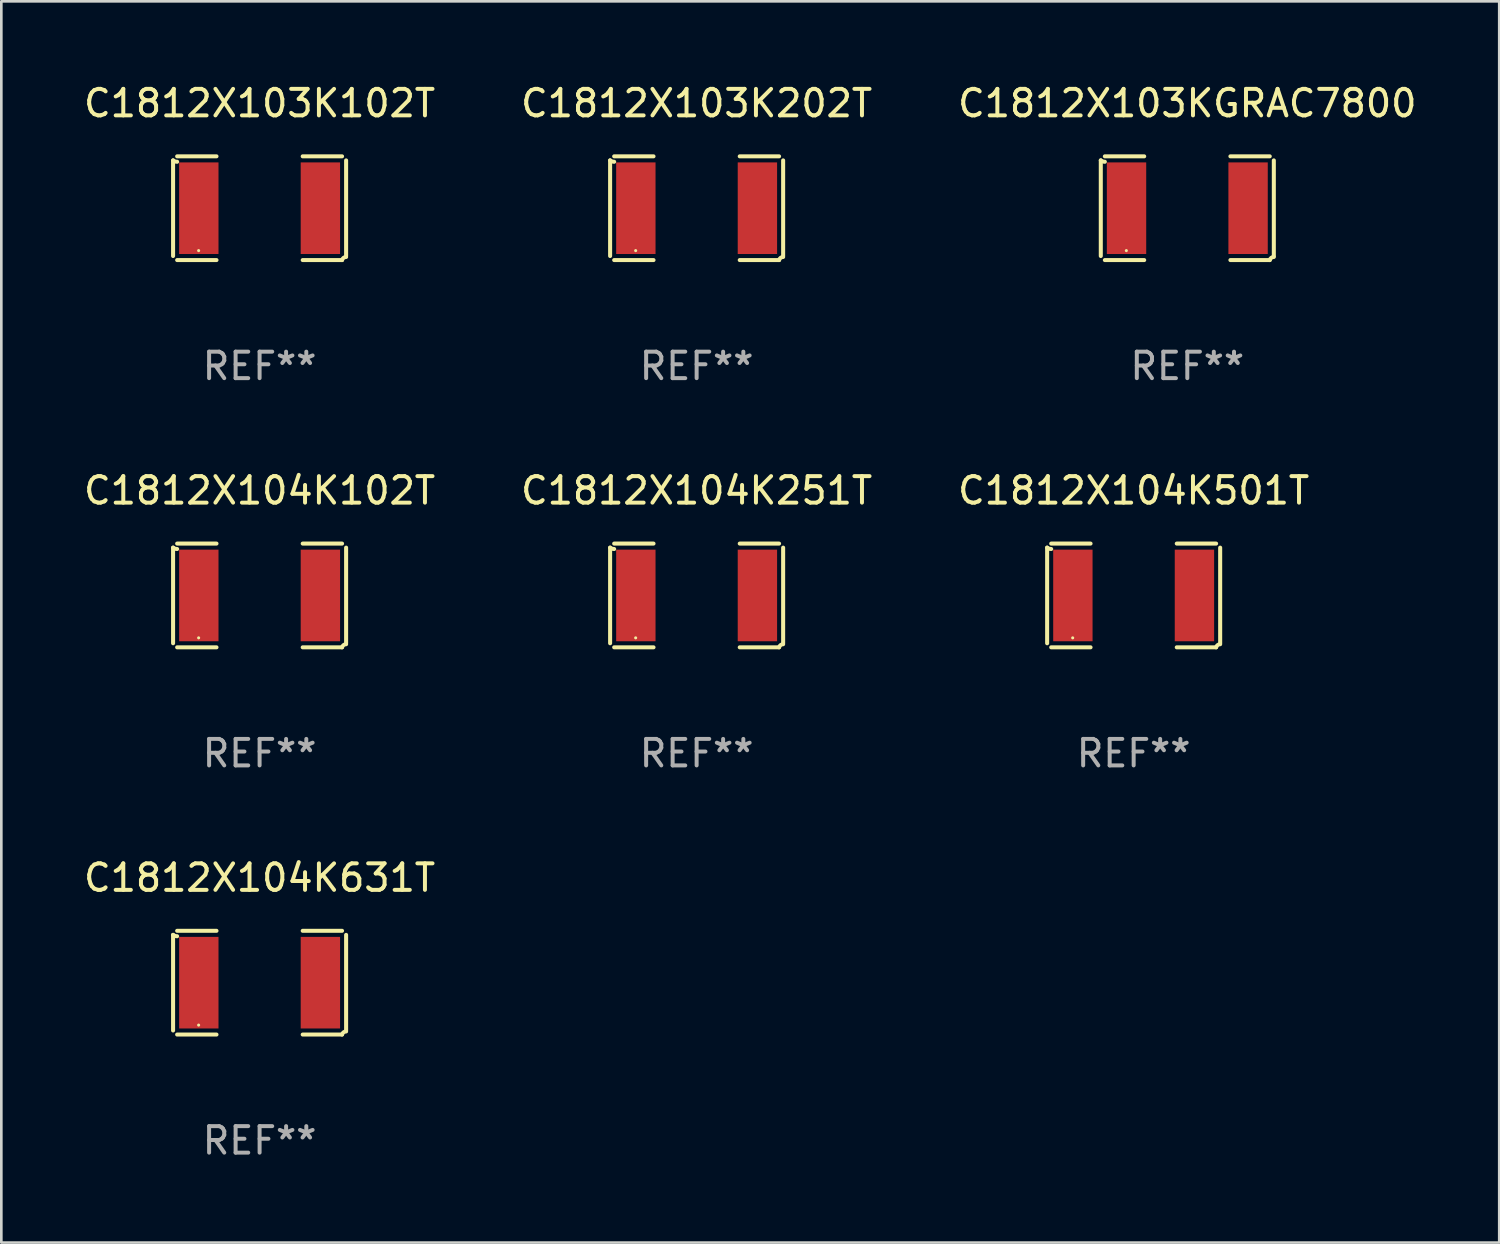
<source format=kicad_pcb>
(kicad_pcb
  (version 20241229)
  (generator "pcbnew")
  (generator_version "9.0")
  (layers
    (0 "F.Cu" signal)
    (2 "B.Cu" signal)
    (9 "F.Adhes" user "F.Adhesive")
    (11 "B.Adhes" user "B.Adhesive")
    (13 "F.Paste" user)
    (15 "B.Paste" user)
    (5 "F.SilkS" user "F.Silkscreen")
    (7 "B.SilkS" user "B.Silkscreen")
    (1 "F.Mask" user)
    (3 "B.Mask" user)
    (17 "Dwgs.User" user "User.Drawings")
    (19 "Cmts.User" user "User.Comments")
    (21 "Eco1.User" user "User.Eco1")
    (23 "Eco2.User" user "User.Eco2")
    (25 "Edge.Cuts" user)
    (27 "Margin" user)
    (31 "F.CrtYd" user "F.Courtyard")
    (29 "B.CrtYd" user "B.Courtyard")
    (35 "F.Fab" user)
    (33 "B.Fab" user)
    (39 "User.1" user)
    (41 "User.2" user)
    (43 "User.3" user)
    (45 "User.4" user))
  (footprint "C1812X103K202T"
    (layer "F.Cu")
    (at 23.232 4.805)
    (property "Reference" "C1812X103K202T" (at 0 -3.957 0) (layer "F.SilkS") (effects (font (size 1 1) (thickness 0.15))))
    (attr through_hole)
    (fp_line (start -3.264 1.804) (end -3.264 -1.804) (stroke (width 0.152) (type solid)) (layer "F.SilkS"))
    (fp_line (start -3.111 -1.957) (end -1.626 -1.957) (stroke (width 0.152) (type solid)) (layer "F.SilkS"))
    (fp_line (start -1.626 1.957) (end -3.111 1.957) (stroke (width 0.152) (type solid)) (layer "F.SilkS"))
    (fp_line (start 1.626 1.957) (end 3.111 1.957) (stroke (width 0.152) (type solid)) (layer "F.SilkS"))
    (fp_line (start 3.111 -1.957) (end 1.626 -1.957) (stroke (width 0.152) (type solid)) (layer "F.SilkS"))
    (fp_line (start 3.264 1.804) (end 3.264 -1.804) (stroke (width 0.152) (type solid)) (layer "F.SilkS"))
    (fp_arc (start -3.111202 -1.752192) (mid -3.191715 -1.76555) (end -3.263602 -1.804191) (stroke (width 0.1524) (type solid)) (layer "F.SilkS"))
    (fp_arc (start 3.111201 1.956591) (mid 3.167789 1.872777) (end 3.263602 1.840424) (stroke (width 0.1524) (type solid)) (layer "F.SilkS"))
    (fp_circle (center -2.3 1.6) (end -2.27 1.6) (stroke (width 0.06) (type solid)) (fill no) (layer "F.SilkS"))
    (fp_text user "REF**" (at 0 5.957 0) (layer "F.Fab") (effects (font (size 1 1) (thickness 0.15))))
    (pad "1" smd rect (at -2.293 0) (size 1.485 3.456) (layers "F.Cu" "F.Mask" "F.Paste"))
    (pad "2" smd rect (at 2.293 0) (size 1.485 3.456) (layers "F.Cu" "F.Mask" "F.Paste")))
  (footprint "C1812X104K501T"
    (layer "F.Cu")
    (at 39.72 19.415)
    (property "Reference" "C1812X104K501T" (at 0 -3.957 0) (layer "F.SilkS") (effects (font (size 1 1) (thickness 0.15))))
    (attr through_hole)
    (fp_line (start -3.264 1.804) (end -3.264 -1.804) (stroke (width 0.152) (type solid)) (layer "F.SilkS"))
    (fp_line (start -3.111 -1.957) (end -1.626 -1.957) (stroke (width 0.152) (type solid)) (layer "F.SilkS"))
    (fp_line (start -1.626 1.957) (end -3.111 1.957) (stroke (width 0.152) (type solid)) (layer "F.SilkS"))
    (fp_line (start 1.626 1.957) (end 3.111 1.957) (stroke (width 0.152) (type solid)) (layer "F.SilkS"))
    (fp_line (start 3.111 -1.957) (end 1.626 -1.957) (stroke (width 0.152) (type solid)) (layer "F.SilkS"))
    (fp_line (start 3.264 1.804) (end 3.264 -1.804) (stroke (width 0.152) (type solid)) (layer "F.SilkS"))
    (fp_arc (start -3.111202 -1.752192) (mid -3.191715 -1.76555) (end -3.263602 -1.804191) (stroke (width 0.1524) (type solid)) (layer "F.SilkS"))
    (fp_arc (start 3.111201 1.956591) (mid 3.167789 1.872777) (end 3.263602 1.840424) (stroke (width 0.1524) (type solid)) (layer "F.SilkS"))
    (fp_circle (center -2.3 1.6) (end -2.27 1.6) (stroke (width 0.06) (type solid)) (fill no) (layer "F.SilkS"))
    (fp_text user "REF**" (at 0 5.957 0) (layer "F.Fab") (effects (font (size 1 1) (thickness 0.15))))
    (pad "1" smd rect (at -2.293 0) (size 1.485 3.456) (layers "F.Cu" "F.Mask" "F.Paste"))
    (pad "2" smd rect (at 2.293 0) (size 1.485 3.456) (layers "F.Cu" "F.Mask" "F.Paste")))
  (footprint "C1812X104K631T"
    (layer "F.Cu")
    (at 6.744 34.024)
    (property "Reference" "C1812X104K631T" (at 0 -3.957 0) (layer "F.SilkS") (effects (font (size 1 1) (thickness 0.15))))
    (attr through_hole)
    (fp_line (start -3.264 1.804) (end -3.264 -1.804) (stroke (width 0.152) (type solid)) (layer "F.SilkS"))
    (fp_line (start -3.111 -1.957) (end -1.626 -1.957) (stroke (width 0.152) (type solid)) (layer "F.SilkS"))
    (fp_line (start -1.626 1.957) (end -3.111 1.957) (stroke (width 0.152) (type solid)) (layer "F.SilkS"))
    (fp_line (start 1.626 1.957) (end 3.111 1.957) (stroke (width 0.152) (type solid)) (layer "F.SilkS"))
    (fp_line (start 3.111 -1.957) (end 1.626 -1.957) (stroke (width 0.152) (type solid)) (layer "F.SilkS"))
    (fp_line (start 3.264 1.804) (end 3.264 -1.804) (stroke (width 0.152) (type solid)) (layer "F.SilkS"))
    (fp_arc (start -3.111202 -1.752192) (mid -3.191715 -1.76555) (end -3.263602 -1.804191) (stroke (width 0.1524) (type solid)) (layer "F.SilkS"))
    (fp_arc (start 3.111201 1.956591) (mid 3.167789 1.872777) (end 3.263602 1.840424) (stroke (width 0.1524) (type solid)) (layer "F.SilkS"))
    (fp_circle (center -2.3 1.6) (end -2.27 1.6) (stroke (width 0.06) (type solid)) (fill no) (layer "F.SilkS"))
    (fp_text user "REF**" (at 0 5.957 0) (layer "F.Fab") (effects (font (size 1 1) (thickness 0.15))))
    (pad "1" smd rect (at -2.293 0) (size 1.485 3.456) (layers "F.Cu" "F.Mask" "F.Paste"))
    (pad "2" smd rect (at 2.293 0) (size 1.485 3.456) (layers "F.Cu" "F.Mask" "F.Paste")))
  (footprint "C1812X104K251T"
    (layer "F.Cu")
    (at 23.232 19.415)
    (property "Reference" "C1812X104K251T" (at 0 -3.957 0) (layer "F.SilkS") (effects (font (size 1 1) (thickness 0.15))))
    (attr through_hole)
    (fp_line (start -3.264 1.804) (end -3.264 -1.804) (stroke (width 0.152) (type solid)) (layer "F.SilkS"))
    (fp_line (start -3.111 -1.957) (end -1.626 -1.957) (stroke (width 0.152) (type solid)) (layer "F.SilkS"))
    (fp_line (start -1.626 1.957) (end -3.111 1.957) (stroke (width 0.152) (type solid)) (layer "F.SilkS"))
    (fp_line (start 1.626 1.957) (end 3.111 1.957) (stroke (width 0.152) (type solid)) (layer "F.SilkS"))
    (fp_line (start 3.111 -1.957) (end 1.626 -1.957) (stroke (width 0.152) (type solid)) (layer "F.SilkS"))
    (fp_line (start 3.264 1.804) (end 3.264 -1.804) (stroke (width 0.152) (type solid)) (layer "F.SilkS"))
    (fp_arc (start -3.111202 -1.752192) (mid -3.191715 -1.76555) (end -3.263602 -1.804191) (stroke (width 0.1524) (type solid)) (layer "F.SilkS"))
    (fp_arc (start 3.111201 1.956591) (mid 3.167789 1.872777) (end 3.263602 1.840424) (stroke (width 0.1524) (type solid)) (layer "F.SilkS"))
    (fp_circle (center -2.3 1.6) (end -2.27 1.6) (stroke (width 0.06) (type solid)) (fill no) (layer "F.SilkS"))
    (fp_text user "REF**" (at 0 5.957 0) (layer "F.Fab") (effects (font (size 1 1) (thickness 0.15))))
    (pad "1" smd rect (at -2.293 0) (size 1.485 3.456) (layers "F.Cu" "F.Mask" "F.Paste"))
    (pad "2" smd rect (at 2.293 0) (size 1.485 3.456) (layers "F.Cu" "F.Mask" "F.Paste")))
  (footprint "C1812X104K102T"
    (layer "F.Cu")
    (at 6.744 19.415)
    (property "Reference" "C1812X104K102T" (at 0 -3.957 0) (layer "F.SilkS") (effects (font (size 1 1) (thickness 0.15))))
    (attr through_hole)
    (fp_line (start -3.264 1.804) (end -3.264 -1.804) (stroke (width 0.152) (type solid)) (layer "F.SilkS"))
    (fp_line (start -3.111 -1.957) (end -1.626 -1.957) (stroke (width 0.152) (type solid)) (layer "F.SilkS"))
    (fp_line (start -1.626 1.957) (end -3.111 1.957) (stroke (width 0.152) (type solid)) (layer "F.SilkS"))
    (fp_line (start 1.626 1.957) (end 3.111 1.957) (stroke (width 0.152) (type solid)) (layer "F.SilkS"))
    (fp_line (start 3.111 -1.957) (end 1.626 -1.957) (stroke (width 0.152) (type solid)) (layer "F.SilkS"))
    (fp_line (start 3.264 1.804) (end 3.264 -1.804) (stroke (width 0.152) (type solid)) (layer "F.SilkS"))
    (fp_arc (start -3.111202 -1.752192) (mid -3.191715 -1.76555) (end -3.263602 -1.804191) (stroke (width 0.1524) (type solid)) (layer "F.SilkS"))
    (fp_arc (start 3.111201 1.956591) (mid 3.167789 1.872777) (end 3.263602 1.840424) (stroke (width 0.1524) (type solid)) (layer "F.SilkS"))
    (fp_circle (center -2.3 1.6) (end -2.27 1.6) (stroke (width 0.06) (type solid)) (fill no) (layer "F.SilkS"))
    (fp_text user "REF**" (at 0 5.957 0) (layer "F.Fab") (effects (font (size 1 1) (thickness 0.15))))
    (pad "1" smd rect (at -2.293 0) (size 1.485 3.456) (layers "F.Cu" "F.Mask" "F.Paste"))
    (pad "2" smd rect (at 2.293 0) (size 1.485 3.456) (layers "F.Cu" "F.Mask" "F.Paste")))
  (footprint "C1812X103K102T"
    (layer "F.Cu")
    (at 6.744 4.805)
    (property "Reference" "C1812X103K102T" (at 0 -3.957 0) (layer "F.SilkS") (effects (font (size 1 1) (thickness 0.15))))
    (attr through_hole)
    (fp_line (start -3.264 1.804) (end -3.264 -1.804) (stroke (width 0.152) (type solid)) (layer "F.SilkS"))
    (fp_line (start -3.111 -1.957) (end -1.626 -1.957) (stroke (width 0.152) (type solid)) (layer "F.SilkS"))
    (fp_line (start -1.626 1.957) (end -3.111 1.957) (stroke (width 0.152) (type solid)) (layer "F.SilkS"))
    (fp_line (start 1.626 1.957) (end 3.111 1.957) (stroke (width 0.152) (type solid)) (layer "F.SilkS"))
    (fp_line (start 3.111 -1.957) (end 1.626 -1.957) (stroke (width 0.152) (type solid)) (layer "F.SilkS"))
    (fp_line (start 3.264 1.804) (end 3.264 -1.804) (stroke (width 0.152) (type solid)) (layer "F.SilkS"))
    (fp_arc (start -3.111202 -1.752192) (mid -3.191715 -1.76555) (end -3.263602 -1.804191) (stroke (width 0.1524) (type solid)) (layer "F.SilkS"))
    (fp_arc (start 3.111201 1.956591) (mid 3.167789 1.872777) (end 3.263602 1.840424) (stroke (width 0.1524) (type solid)) (layer "F.SilkS"))
    (fp_circle (center -2.3 1.6) (end -2.27 1.6) (stroke (width 0.06) (type solid)) (fill no) (layer "F.SilkS"))
    (fp_text user "REF**" (at 0 5.957 0) (layer "F.Fab") (effects (font (size 1 1) (thickness 0.15))))
    (pad "1" smd rect (at -2.293 0) (size 1.485 3.456) (layers "F.Cu" "F.Mask" "F.Paste"))
    (pad "2" smd rect (at 2.293 0) (size 1.485 3.456) (layers "F.Cu" "F.Mask" "F.Paste")))
  (footprint "C1812X103KGRAC7800"
    (layer "F.Cu")
    (at 41.744 4.805)
    (property "Reference" "C1812X103KGRAC7800" (at 0 -3.957 0) (layer "F.SilkS") (effects (font (size 1 1) (thickness 0.15))))
    (attr through_hole)
    (fp_line (start -3.264 1.804) (end -3.264 -1.804) (stroke (width 0.152) (type solid)) (layer "F.SilkS"))
    (fp_line (start -3.111 -1.957) (end -1.626 -1.957) (stroke (width 0.152) (type solid)) (layer "F.SilkS"))
    (fp_line (start -1.626 1.957) (end -3.111 1.957) (stroke (width 0.152) (type solid)) (layer "F.SilkS"))
    (fp_line (start 1.626 1.957) (end 3.111 1.957) (stroke (width 0.152) (type solid)) (layer "F.SilkS"))
    (fp_line (start 3.111 -1.957) (end 1.626 -1.957) (stroke (width 0.152) (type solid)) (layer "F.SilkS"))
    (fp_line (start 3.264 1.804) (end 3.264 -1.804) (stroke (width 0.152) (type solid)) (layer "F.SilkS"))
    (fp_arc (start -3.111202 -1.752192) (mid -3.191715 -1.76555) (end -3.263602 -1.804191) (stroke (width 0.1524) (type solid)) (layer "F.SilkS"))
    (fp_arc (start 3.111201 1.956591) (mid 3.167789 1.872777) (end 3.263602 1.840424) (stroke (width 0.1524) (type solid)) (layer "F.SilkS"))
    (fp_circle (center -2.3 1.6) (end -2.27 1.6) (stroke (width 0.06) (type solid)) (fill no) (layer "F.SilkS"))
    (fp_text user "REF**" (at 0 5.957 0) (layer "F.Fab") (effects (font (size 1 1) (thickness 0.15))))
    (pad "1" smd rect (at -2.293 0) (size 1.485 3.456) (layers "F.Cu" "F.Mask" "F.Paste"))
    (pad "2" smd rect (at 2.293 0) (size 1.485 3.456) (layers "F.Cu" "F.Mask" "F.Paste")))
  (gr_rect
    (start -3 -3)
    (end 53.512 43.829)
    (stroke (width 0.1) (type default))
    (fill no)
    (layer "Edge.Cuts")))
</source>
